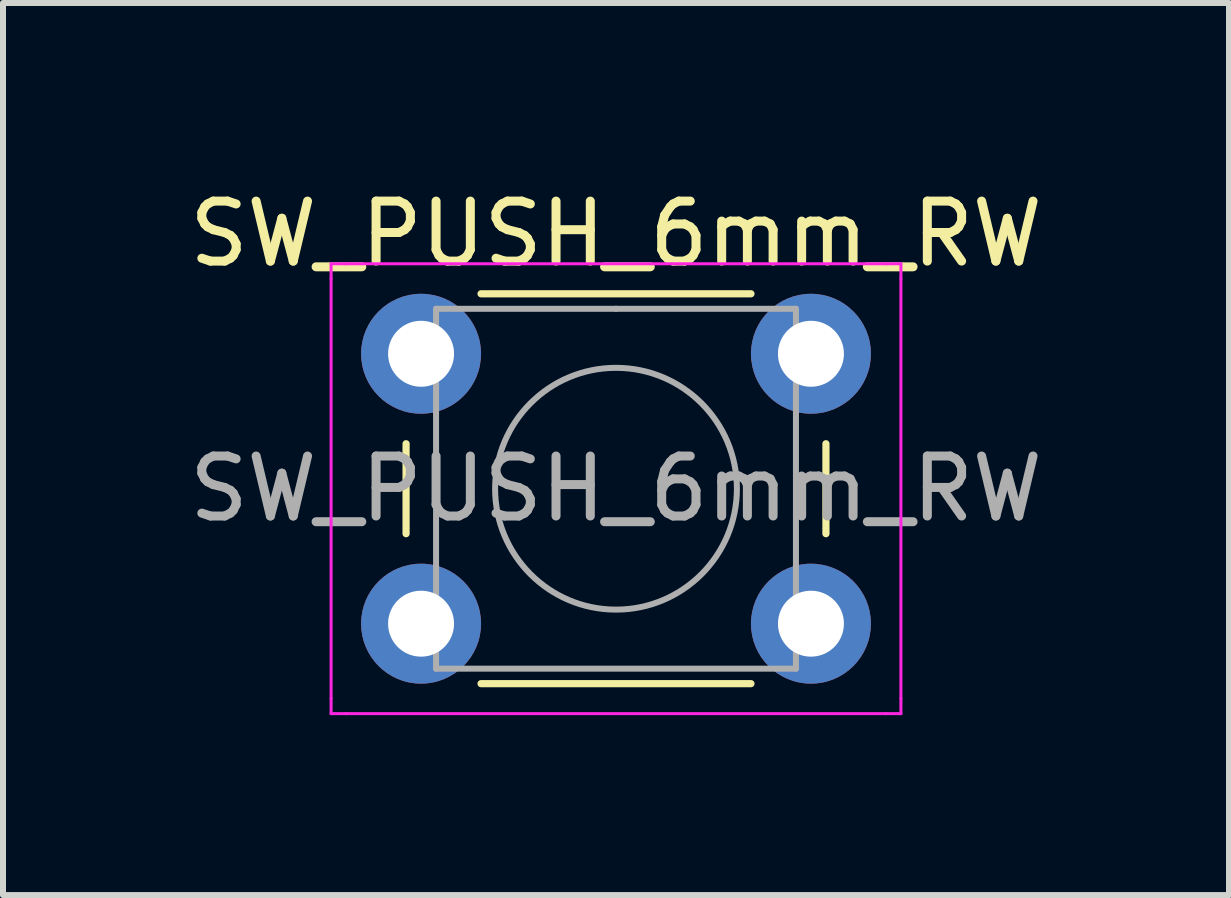
<source format=kicad_pcb>
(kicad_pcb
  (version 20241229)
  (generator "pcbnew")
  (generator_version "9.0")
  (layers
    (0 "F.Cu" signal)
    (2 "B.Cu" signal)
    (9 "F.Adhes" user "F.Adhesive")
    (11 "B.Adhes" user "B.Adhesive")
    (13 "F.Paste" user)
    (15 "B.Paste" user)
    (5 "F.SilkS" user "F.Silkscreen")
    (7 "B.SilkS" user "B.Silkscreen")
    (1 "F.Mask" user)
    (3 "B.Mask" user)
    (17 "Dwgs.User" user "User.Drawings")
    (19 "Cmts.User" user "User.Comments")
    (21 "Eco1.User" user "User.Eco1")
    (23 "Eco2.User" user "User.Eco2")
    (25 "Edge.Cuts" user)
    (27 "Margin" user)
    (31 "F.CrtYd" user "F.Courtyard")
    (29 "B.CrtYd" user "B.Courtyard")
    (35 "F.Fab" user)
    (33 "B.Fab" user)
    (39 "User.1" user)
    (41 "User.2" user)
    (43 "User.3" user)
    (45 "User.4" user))
  (footprint "SW_PUSH_6mm_RW"
    (layer "F.Cu")
    (at 3.97 2.848)
    (property "Reference" "SW_PUSH_6mm_RW" (at 3.25 -2 0) (layer "F.SilkS") (effects (font (size 1 1) (thickness 0.15))))
    (attr through_hole)
    (fp_line (start -0.25 1.5) (end -0.25 3) (stroke (width 0.12) (type solid)) (layer "F.SilkS"))
    (fp_line (start 1 5.5) (end 5.5 5.5) (stroke (width 0.12) (type solid)) (layer "F.SilkS"))
    (fp_line (start 5.5 -1) (end 1 -1) (stroke (width 0.12) (type solid)) (layer "F.SilkS"))
    (fp_line (start 6.75 3) (end 6.75 1.5) (stroke (width 0.12) (type solid)) (layer "F.SilkS"))
    (fp_line (start -1.5 -1.5) (end -1.25 -1.5) (stroke (width 0.05) (type solid)) (layer "F.CrtYd"))
    (fp_line (start -1.5 -1.25) (end -1.5 -1.5) (stroke (width 0.05) (type solid)) (layer "F.CrtYd"))
    (fp_line (start -1.5 5.75) (end -1.5 -1.25) (stroke (width 0.05) (type solid)) (layer "F.CrtYd"))
    (fp_line (start -1.5 5.75) (end -1.5 6) (stroke (width 0.05) (type solid)) (layer "F.CrtYd"))
    (fp_line (start -1.5 6) (end -1.25 6) (stroke (width 0.05) (type solid)) (layer "F.CrtYd"))
    (fp_line (start -1.25 -1.5) (end 7.75 -1.5) (stroke (width 0.05) (type solid)) (layer "F.CrtYd"))
    (fp_line (start 7.75 -1.5) (end 8 -1.5) (stroke (width 0.05) (type solid)) (layer "F.CrtYd"))
    (fp_line (start 7.75 6) (end -1.25 6) (stroke (width 0.05) (type solid)) (layer "F.CrtYd"))
    (fp_line (start 7.75 6) (end 8 6) (stroke (width 0.05) (type solid)) (layer "F.CrtYd"))
    (fp_line (start 8 -1.5) (end 8 -1.25) (stroke (width 0.05) (type solid)) (layer "F.CrtYd"))
    (fp_line (start 8 -1.25) (end 8 5.75) (stroke (width 0.05) (type solid)) (layer "F.CrtYd"))
    (fp_line (start 8 6) (end 8 5.75) (stroke (width 0.05) (type solid)) (layer "F.CrtYd"))
    (fp_line (start 0.25 -0.75) (end 3.25 -0.75) (stroke (width 0.1) (type solid)) (layer "F.Fab"))
    (fp_line (start 0.25 5.25) (end 0.25 -0.75) (stroke (width 0.1) (type solid)) (layer "F.Fab"))
    (fp_line (start 3.25 -0.75) (end 6.25 -0.75) (stroke (width 0.1) (type solid)) (layer "F.Fab"))
    (fp_line (start 6.25 -0.75) (end 6.25 5.25) (stroke (width 0.1) (type solid)) (layer "F.Fab"))
    (fp_line (start 6.25 5.25) (end 0.25 5.25) (stroke (width 0.1) (type solid)) (layer "F.Fab"))
    (fp_circle (center 3.25 2.25) (end 1.25 2.5) (stroke (width 0.1) (type solid)) (fill no) (layer "F.Fab"))
    (fp_text user "${REFERENCE}" (at 3.25 2.25 0) (layer "F.Fab") (effects (font (size 1 1) (thickness 0.15))))
    (pad "1" thru_hole circle (at 0 0 90) (size 2 2) (drill 1.1) (layers "*.Cu" "*.Mask"))
    (pad "2" thru_hole circle (at 6.5 0 90) (size 2 2) (drill 1.1) (layers "*.Cu" "*.Mask"))
    (pad "3" thru_hole circle (at 0 4.5 90) (size 2 2) (drill 1.1) (layers "*.Cu" "*.Mask"))
    (pad "4" thru_hole circle (at 6.5 4.5 90) (size 2 2) (drill 1.1) (layers "*.Cu" "*.Mask")))
  (gr_rect
    (start -3 -3)
    (end 17.44 11.873)
    (stroke (width 0.1) (type default))
    (fill no)
    (layer "Edge.Cuts")))
</source>
